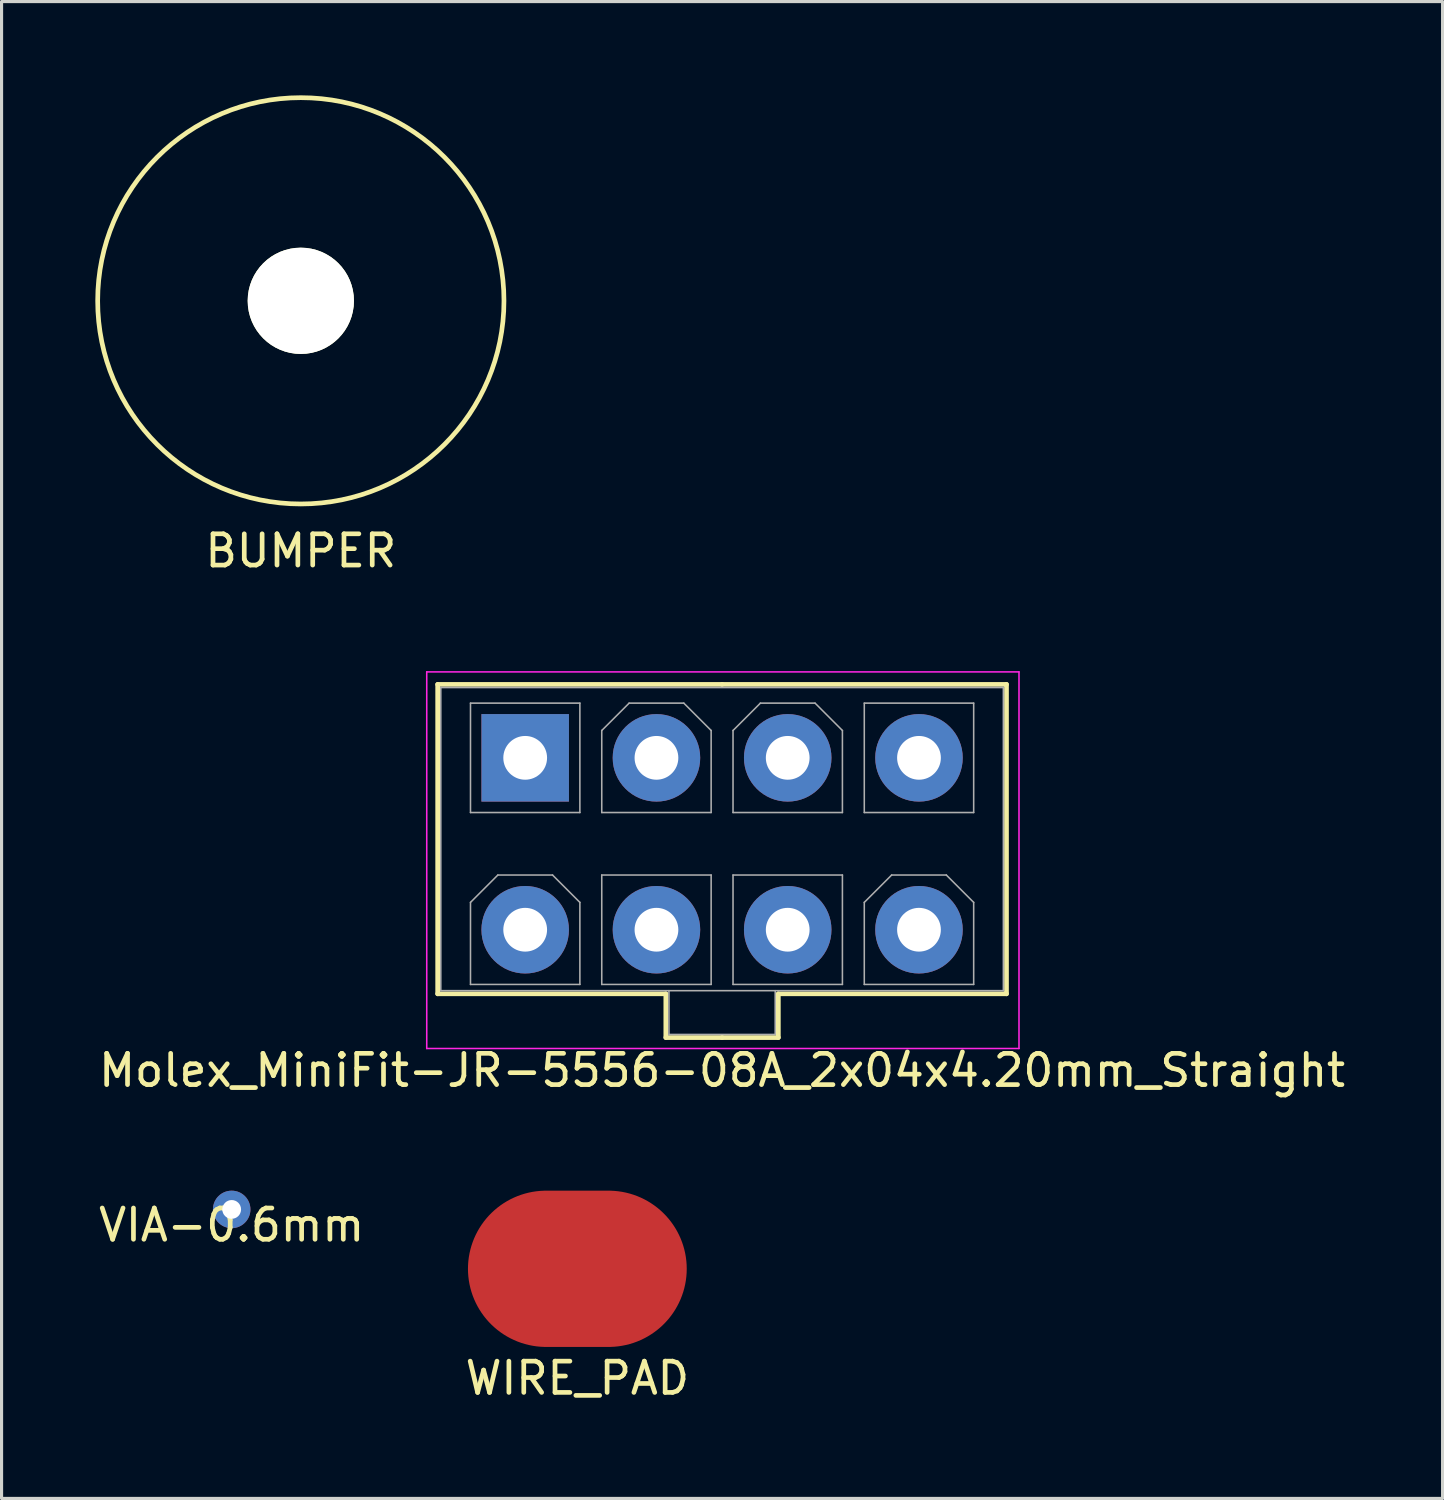
<source format=kicad_pcb>
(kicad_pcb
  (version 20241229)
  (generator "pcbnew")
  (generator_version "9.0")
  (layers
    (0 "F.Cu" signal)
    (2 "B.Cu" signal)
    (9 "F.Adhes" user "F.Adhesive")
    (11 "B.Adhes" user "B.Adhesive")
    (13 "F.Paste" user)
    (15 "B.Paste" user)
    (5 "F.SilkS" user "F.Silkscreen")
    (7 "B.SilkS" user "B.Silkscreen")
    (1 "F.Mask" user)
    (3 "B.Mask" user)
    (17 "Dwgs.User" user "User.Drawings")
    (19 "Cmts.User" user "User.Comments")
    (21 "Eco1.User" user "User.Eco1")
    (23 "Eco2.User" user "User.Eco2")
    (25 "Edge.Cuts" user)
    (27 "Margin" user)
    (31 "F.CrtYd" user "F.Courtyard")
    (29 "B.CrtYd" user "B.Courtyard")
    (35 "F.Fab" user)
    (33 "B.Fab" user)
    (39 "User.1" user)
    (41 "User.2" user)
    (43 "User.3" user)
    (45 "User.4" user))
  (footprint "WIRE_PAD"
    (layer "F.Cu")
    (at 15.423 37.547)
    (property "Reference" "WIRE_PAD" (at 0 3.5 0) (layer "F.SilkS") (effects (font (size 1 1) (thickness 0.15))))
    (attr through_hole)
    (pad "1" smd oval (at 0 0) (size 7 5) (layers "F.Cu" "F.Mask" "F.Paste")))
  (footprint "BUMPER"
    (layer "F.Cu")
    (at 6.575 6.575)
    (property "Reference" "BUMPER" (at 0 8 0) (layer "F.SilkS") (effects (font (size 1 1) (thickness 0.15))))
    (attr through_hole)
    (fp_circle (center 0 0) (end 6.5 0) (stroke (width 0.15) (type solid)) (fill no) (layer "F.SilkS"))
    (pad "" np_thru_hole circle (at 0 0) (size 3.4 3.4) (drill 3.4) (layers "*.Cu" "*.Mask" "F.SilkS")))
  (footprint "VIA-0.6mm"
    (layer "F.Cu")
    (at 4.363 35.647)
    (property "Reference" "VIA-0.6mm" (at 0 0.5 0) (layer "F.SilkS") (effects (font (size 1 1) (thickness 0.15))))
    (attr through_hole)
    (pad "2" thru_hole circle (at 0 0) (size 1.2 1.2) (drill 0.6) (layers "*.Cu")))
  (footprint "Molex_MiniFit-JR-5556-08A_2x04x4.20mm_Straight"
    (layer "F.Cu")
    (at 13.754 21.198)
    (property "Reference" "Molex_MiniFit-JR-5556-08A_2x04x4.20mm_Straight" (at 6.3 10 0) (layer "F.SilkS") (effects (font (size 1 1) (thickness 0.15))))
    (attr through_hole)
    (fp_line (start -2.8 -2.35) (end -2.8 7.55) (stroke (width 0.15) (type solid)) (layer "F.SilkS"))
    (fp_line (start -2.8 7.55) (end 4.5 7.55) (stroke (width 0.15) (type solid)) (layer "F.SilkS"))
    (fp_line (start 4.5 7.55) (end 4.5 8.95) (stroke (width 0.15) (type solid)) (layer "F.SilkS"))
    (fp_line (start 4.5 8.95) (end 6.3 8.95) (stroke (width 0.15) (type solid)) (layer "F.SilkS"))
    (fp_line (start 6.3 -2.35) (end -2.8 -2.35) (stroke (width 0.15) (type solid)) (layer "F.SilkS"))
    (fp_line (start 6.3 -2.35) (end 15.4 -2.35) (stroke (width 0.15) (type solid)) (layer "F.SilkS"))
    (fp_line (start 8.1 7.55) (end 8.1 8.95) (stroke (width 0.15) (type solid)) (layer "F.SilkS"))
    (fp_line (start 8.1 8.95) (end 6.3 8.95) (stroke (width 0.15) (type solid)) (layer "F.SilkS"))
    (fp_line (start 15.4 -2.35) (end 15.4 7.55) (stroke (width 0.15) (type solid)) (layer "F.SilkS"))
    (fp_line (start 15.4 7.55) (end 8.1 7.55) (stroke (width 0.15) (type solid)) (layer "F.SilkS"))
    (fp_line (start -3.15 -2.75) (end -3.15 9.3) (stroke (width 0.05) (type solid)) (layer "F.CrtYd"))
    (fp_line (start -3.15 9.3) (end 15.8 9.3) (stroke (width 0.05) (type solid)) (layer "F.CrtYd"))
    (fp_line (start 15.8 -2.75) (end -3.15 -2.75) (stroke (width 0.05) (type solid)) (layer "F.CrtYd"))
    (fp_line (start 15.8 9.3) (end 15.8 -2.75) (stroke (width 0.05) (type solid)) (layer "F.CrtYd"))
    (fp_line (start -2.7 -2.25) (end -2.7 7.45) (stroke (width 0.05) (type solid)) (layer "F.Fab"))
    (fp_line (start -2.7 7.45) (end 15.3 7.45) (stroke (width 0.05) (type solid)) (layer "F.Fab"))
    (fp_line (start -1.75 -1.75) (end -1.75 1.75) (stroke (width 0.05) (type solid)) (layer "F.Fab"))
    (fp_line (start -1.75 1.75) (end 1.75 1.75) (stroke (width 0.05) (type solid)) (layer "F.Fab"))
    (fp_line (start -1.75 4.625) (end -0.875 3.75) (stroke (width 0.05) (type solid)) (layer "F.Fab"))
    (fp_line (start -1.75 7.25) (end -1.75 4.625) (stroke (width 0.05) (type solid)) (layer "F.Fab"))
    (fp_line (start -0.875 3.75) (end 0.875 3.75) (stroke (width 0.05) (type solid)) (layer "F.Fab"))
    (fp_line (start 0.875 3.75) (end 1.75 4.625) (stroke (width 0.05) (type solid)) (layer "F.Fab"))
    (fp_line (start 1.75 -1.75) (end -1.75 -1.75) (stroke (width 0.05) (type solid)) (layer "F.Fab"))
    (fp_line (start 1.75 1.75) (end 1.75 -1.75) (stroke (width 0.05) (type solid)) (layer "F.Fab"))
    (fp_line (start 1.75 4.625) (end 1.75 7.25) (stroke (width 0.05) (type solid)) (layer "F.Fab"))
    (fp_line (start 1.75 7.25) (end -1.75 7.25) (stroke (width 0.05) (type solid)) (layer "F.Fab"))
    (fp_line (start 2.45 -0.875) (end 3.325 -1.75) (stroke (width 0.05) (type solid)) (layer "F.Fab"))
    (fp_line (start 2.45 1.75) (end 2.45 -0.875) (stroke (width 0.05) (type solid)) (layer "F.Fab"))
    (fp_line (start 2.45 3.75) (end 2.45 7.25) (stroke (width 0.05) (type solid)) (layer "F.Fab"))
    (fp_line (start 2.45 7.25) (end 5.95 7.25) (stroke (width 0.05) (type solid)) (layer "F.Fab"))
    (fp_line (start 3.325 -1.75) (end 5.075 -1.75) (stroke (width 0.05) (type solid)) (layer "F.Fab"))
    (fp_line (start 4.6 7.45) (end 4.6 8.85) (stroke (width 0.05) (type solid)) (layer "F.Fab"))
    (fp_line (start 4.6 8.85) (end 8 8.85) (stroke (width 0.05) (type solid)) (layer "F.Fab"))
    (fp_line (start 5.075 -1.75) (end 5.95 -0.875) (stroke (width 0.05) (type solid)) (layer "F.Fab"))
    (fp_line (start 5.95 -0.875) (end 5.95 1.75) (stroke (width 0.05) (type solid)) (layer "F.Fab"))
    (fp_line (start 5.95 1.75) (end 2.45 1.75) (stroke (width 0.05) (type solid)) (layer "F.Fab"))
    (fp_line (start 5.95 3.75) (end 2.45 3.75) (stroke (width 0.05) (type solid)) (layer "F.Fab"))
    (fp_line (start 5.95 7.25) (end 5.95 3.75) (stroke (width 0.05) (type solid)) (layer "F.Fab"))
    (fp_line (start 6.65 -0.875) (end 7.525 -1.75) (stroke (width 0.05) (type solid)) (layer "F.Fab"))
    (fp_line (start 6.65 1.75) (end 6.65 -0.875) (stroke (width 0.05) (type solid)) (layer "F.Fab"))
    (fp_line (start 6.65 3.75) (end 6.65 7.25) (stroke (width 0.05) (type solid)) (layer "F.Fab"))
    (fp_line (start 6.65 7.25) (end 10.15 7.25) (stroke (width 0.05) (type solid)) (layer "F.Fab"))
    (fp_line (start 7.525 -1.75) (end 9.275 -1.75) (stroke (width 0.05) (type solid)) (layer "F.Fab"))
    (fp_line (start 8 8.85) (end 8 7.45) (stroke (width 0.05) (type solid)) (layer "F.Fab"))
    (fp_line (start 9.275 -1.75) (end 10.15 -0.875) (stroke (width 0.05) (type solid)) (layer "F.Fab"))
    (fp_line (start 10.15 -0.875) (end 10.15 1.75) (stroke (width 0.05) (type solid)) (layer "F.Fab"))
    (fp_line (start 10.15 1.75) (end 6.65 1.75) (stroke (width 0.05) (type solid)) (layer "F.Fab"))
    (fp_line (start 10.15 3.75) (end 6.65 3.75) (stroke (width 0.05) (type solid)) (layer "F.Fab"))
    (fp_line (start 10.15 7.25) (end 10.15 3.75) (stroke (width 0.05) (type solid)) (layer "F.Fab"))
    (fp_line (start 10.85 -1.75) (end 10.85 1.75) (stroke (width 0.05) (type solid)) (layer "F.Fab"))
    (fp_line (start 10.85 1.75) (end 14.35 1.75) (stroke (width 0.05) (type solid)) (layer "F.Fab"))
    (fp_line (start 10.85 4.625) (end 11.725 3.75) (stroke (width 0.05) (type solid)) (layer "F.Fab"))
    (fp_line (start 10.85 7.25) (end 10.85 4.625) (stroke (width 0.05) (type solid)) (layer "F.Fab"))
    (fp_line (start 11.725 3.75) (end 13.475 3.75) (stroke (width 0.05) (type solid)) (layer "F.Fab"))
    (fp_line (start 13.475 3.75) (end 14.35 4.625) (stroke (width 0.05) (type solid)) (layer "F.Fab"))
    (fp_line (start 14.35 -1.75) (end 10.85 -1.75) (stroke (width 0.05) (type solid)) (layer "F.Fab"))
    (fp_line (start 14.35 1.75) (end 14.35 -1.75) (stroke (width 0.05) (type solid)) (layer "F.Fab"))
    (fp_line (start 14.35 4.625) (end 14.35 7.25) (stroke (width 0.05) (type solid)) (layer "F.Fab"))
    (fp_line (start 14.35 7.25) (end 10.85 7.25) (stroke (width 0.05) (type solid)) (layer "F.Fab"))
    (fp_line (start 15.3 -2.25) (end -2.7 -2.25) (stroke (width 0.05) (type solid)) (layer "F.Fab"))
    (fp_line (start 15.3 7.45) (end 15.3 -2.25) (stroke (width 0.05) (type solid)) (layer "F.Fab"))
    (pad "1" thru_hole rect (at 0 0) (size 2.8 2.8) (drill 1.4) (layers "*.Cu" "*.Mask"))
    (pad "2" thru_hole circle (at 4.2 0) (size 2.8 2.8) (drill 1.4) (layers "*.Cu" "*.Mask"))
    (pad "3" thru_hole circle (at 8.4 0) (size 2.8 2.8) (drill 1.4) (layers "*.Cu" "*.Mask"))
    (pad "4" thru_hole circle (at 12.6 0) (size 2.8 2.8) (drill 1.4) (layers "*.Cu" "*.Mask"))
    (pad "5" thru_hole circle (at 0 5.5) (size 2.8 2.8) (drill 1.4) (layers "*.Cu" "*.Mask"))
    (pad "6" thru_hole circle (at 4.2 5.5) (size 2.8 2.8) (drill 1.4) (layers "*.Cu" "*.Mask"))
    (pad "7" thru_hole circle (at 8.4 5.5) (size 2.8 2.8) (drill 1.4) (layers "*.Cu" "*.Mask"))
    (pad "8" thru_hole circle (at 12.6 5.5) (size 2.8 2.8) (drill 1.4) (layers "*.Cu" "*.Mask")))
  (gr_rect
    (start -3 -3)
    (end 43.107 44.895)
    (stroke (width 0.1) (type default))
    (fill no)
    (layer "Edge.Cuts")))
</source>
